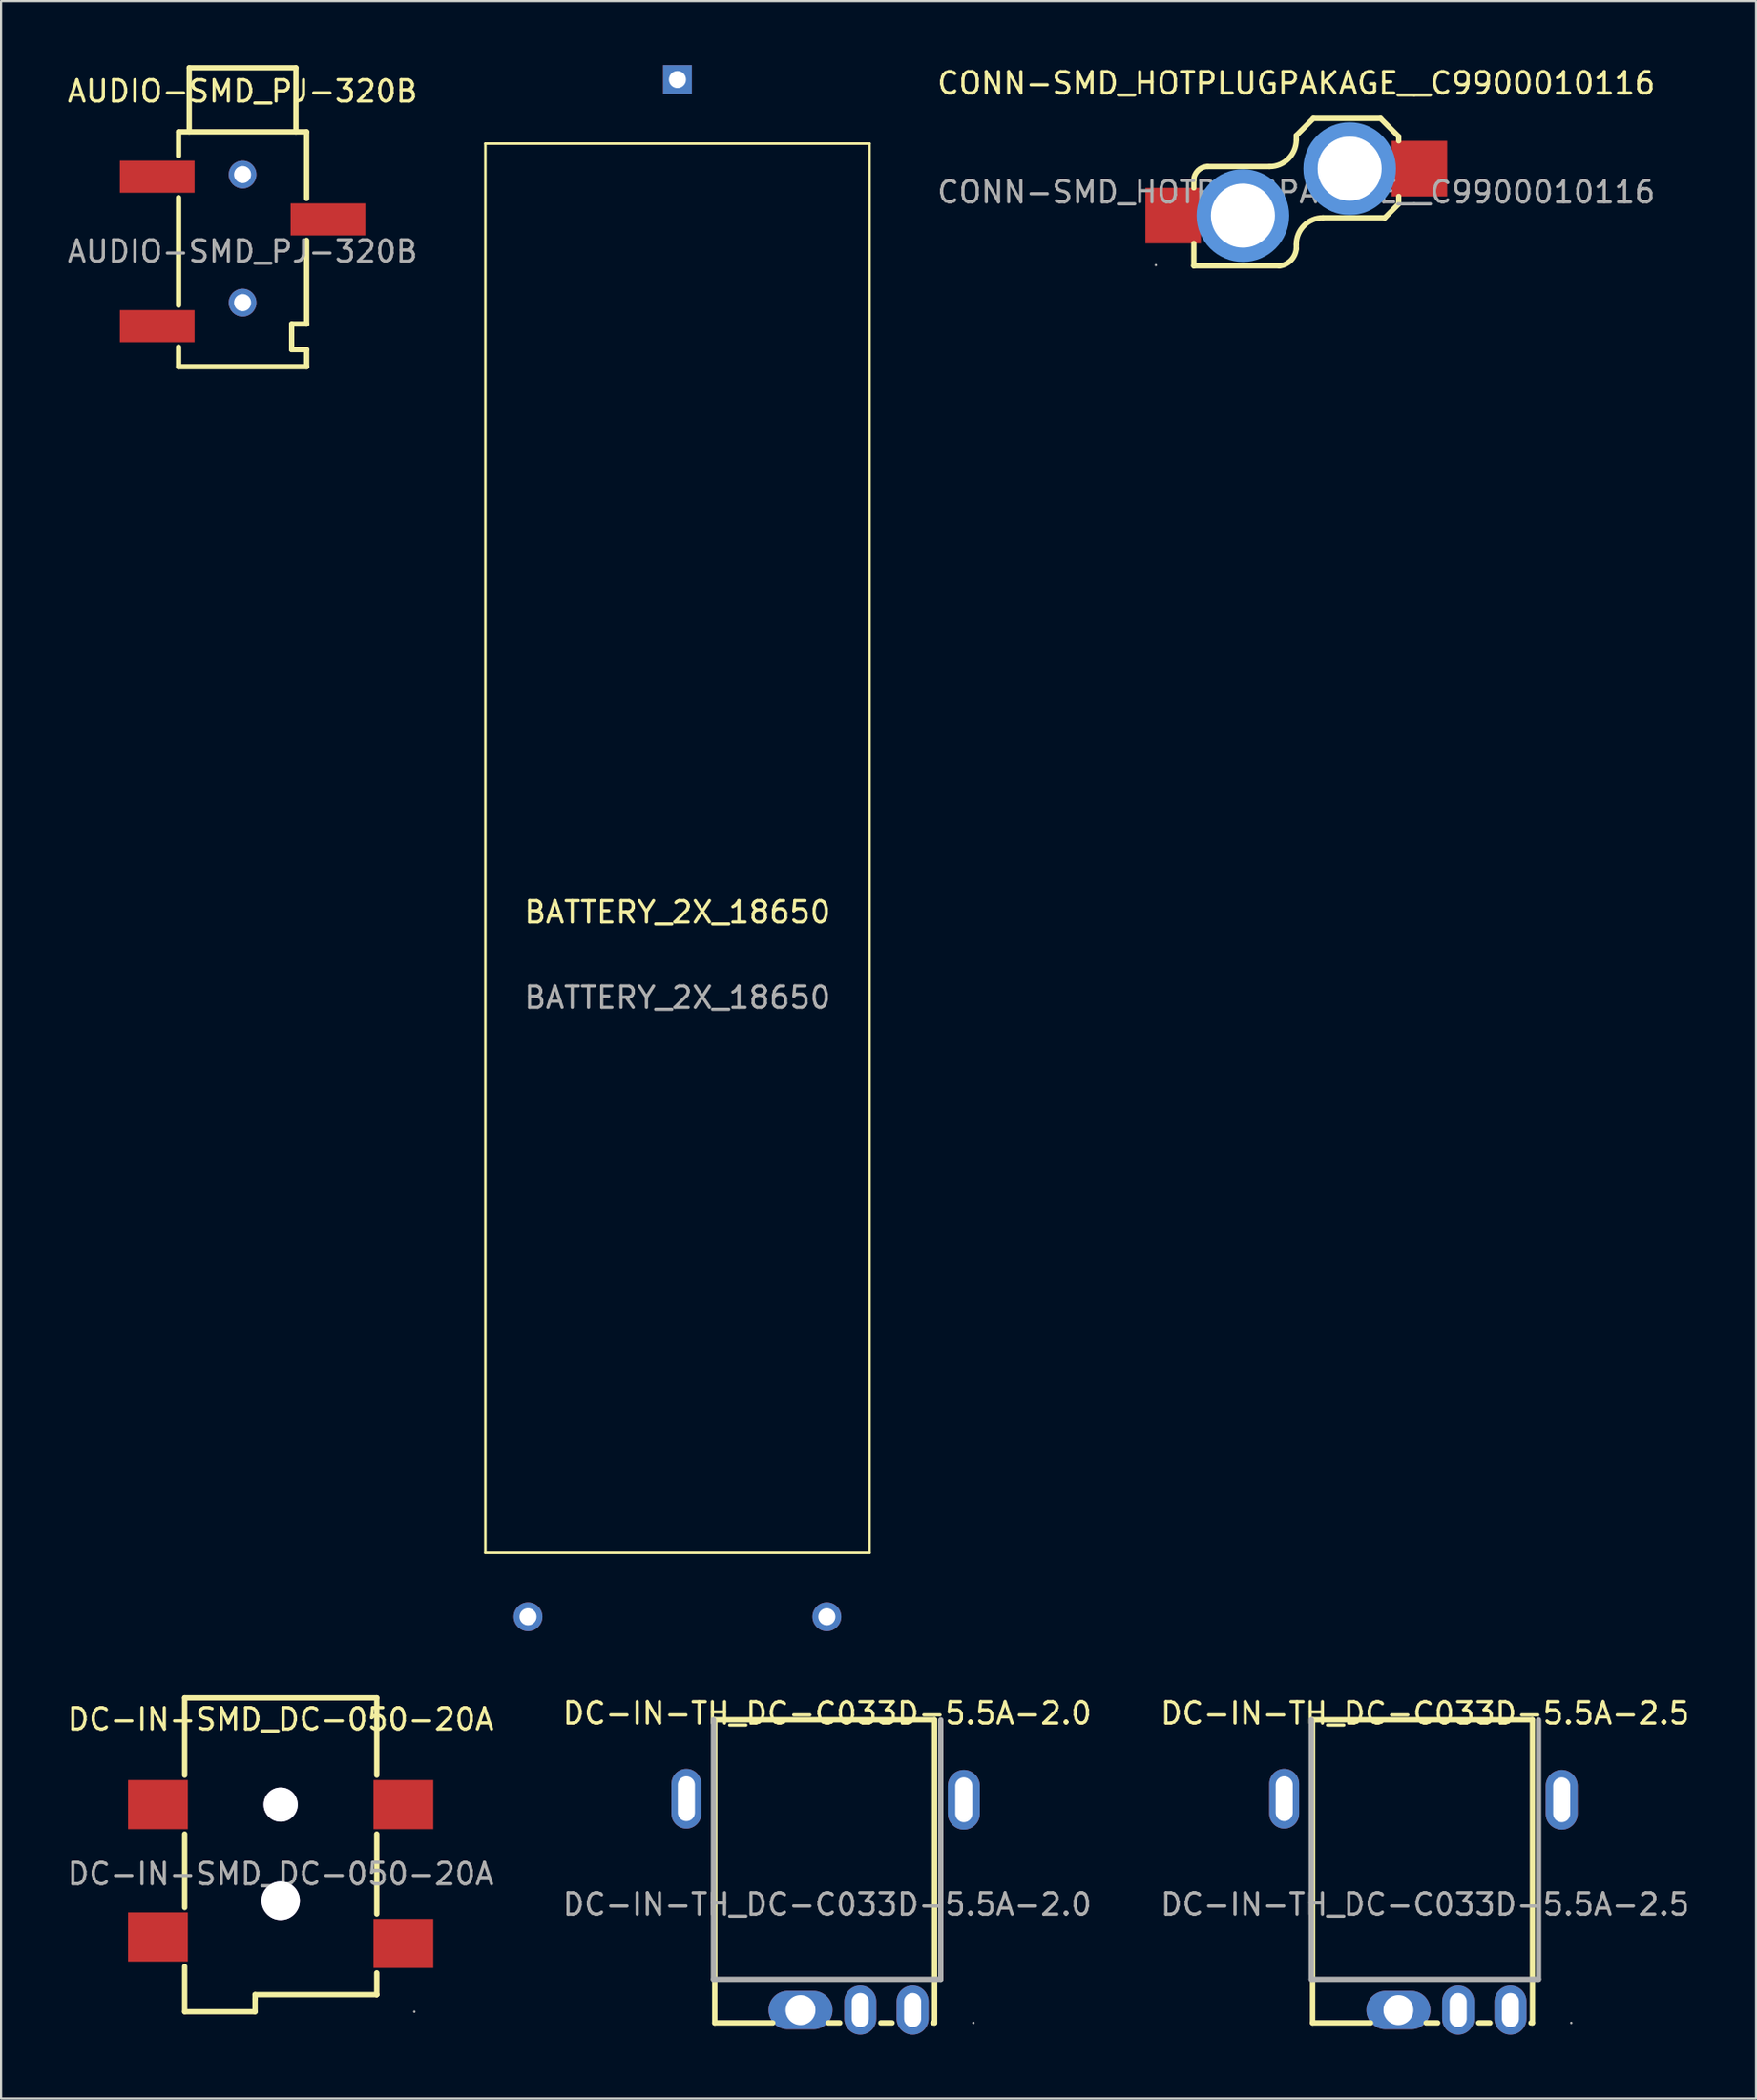
<source format=kicad_pcb>
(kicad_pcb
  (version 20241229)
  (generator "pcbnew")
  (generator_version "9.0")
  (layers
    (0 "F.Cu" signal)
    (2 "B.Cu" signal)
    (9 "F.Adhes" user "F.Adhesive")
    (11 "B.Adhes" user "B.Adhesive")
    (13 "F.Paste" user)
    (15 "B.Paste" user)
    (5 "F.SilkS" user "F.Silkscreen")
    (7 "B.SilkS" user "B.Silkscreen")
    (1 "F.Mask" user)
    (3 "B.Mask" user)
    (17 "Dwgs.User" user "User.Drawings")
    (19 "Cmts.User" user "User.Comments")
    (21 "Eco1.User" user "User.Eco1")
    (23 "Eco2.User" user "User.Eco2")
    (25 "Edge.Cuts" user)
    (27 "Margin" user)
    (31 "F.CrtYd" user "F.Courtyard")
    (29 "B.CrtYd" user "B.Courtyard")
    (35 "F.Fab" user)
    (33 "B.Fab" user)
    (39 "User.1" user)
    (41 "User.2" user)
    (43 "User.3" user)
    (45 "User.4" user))
  (footprint "DC-IN-TH_DC-C033D-5.5A-2.0"
    (layer "F.Cu")
    (at 35.708 86.148)
    (property "Reference" "DC-IN-TH_DC-C033D-5.5A-2.0" (at 0 -8.95 0) (layer "F.SilkS") (effects (font (size 1 1) (thickness 0.15))))
    (attr through_hole)
    (fp_line (start -5.27 -8.65) (end 5.02 -8.65) (stroke (width 0.25) (type solid)) (layer "F.SilkS"))
    (fp_line (start -5.27 5.55) (end -5.27 -8.65) (stroke (width 0.25) (type solid)) (layer "F.SilkS"))
    (fp_line (start -2.55 5.55) (end -5.27 5.55) (stroke (width 0.25) (type solid)) (layer "F.SilkS"))
    (fp_line (start 0.59 5.55) (end 0.05 5.55) (stroke (width 0.25) (type solid)) (layer "F.SilkS"))
    (fp_line (start 3.04 5.55) (end 2.51 5.55) (stroke (width 0.25) (type solid)) (layer "F.SilkS"))
    (fp_line (start 5.03 -8.65) (end 5.03 5.55) (stroke (width 0.25) (type solid)) (layer "F.SilkS"))
    (fp_line (start 5.03 5.55) (end 4.96 5.55) (stroke (width 0.25) (type solid)) (layer "F.SilkS"))
    (fp_line (start -5.33 3.51) (end -5.33 -8.65) (stroke (width 0.25) (type solid)) (layer "F.Fab"))
    (fp_line (start -5.33 3.51) (end 5.32 3.51) (stroke (width 0.25) (type solid)) (layer "F.Fab"))
    (fp_line (start 5.32 3.51) (end 5.32 -8.64) (stroke (width 0.25) (type solid)) (layer "F.Fab"))
    (fp_circle (center -1.25 4.95) (end -1 4.95) (stroke (width 0.5) (type solid)) (fill no) (layer "F.Fab"))
    (fp_circle (center 6.85 5.55) (end 6.88 5.55) (stroke (width 0.06) (type solid)) (fill no) (layer "F.Fab"))
    (fp_text user "${REFERENCE}" (at 0 0 0) (layer "F.Fab") (effects (font (size 1 1) (thickness 0.15))))
    (pad "2" thru_hole oval (at 4 4.95) (size 1.5 2.3) (drill oval 0.8 1.6) (layers "*.Cu" "*.Paste" "*.Mask"))
    (pad "3" thru_hole oval (at 1.55 4.95) (size 1.5 2.3) (drill oval 0.8 1.6) (layers "*.Cu" "*.Paste" "*.Mask"))
    (pad "4" thru_hole oval (at -1.25 4.95) (size 3 1.8) (drill 1.4) (layers "*.Cu" "*.Paste" "*.Mask"))
    (pad "5" thru_hole oval (at -6.6 -4.95) (size 1.4 2.8) (drill oval 0.8 2.1) (layers "*.Cu" "*.Paste" "*.Mask"))
    (pad "5" thru_hole oval (at 6.4 -4.9) (size 1.5 2.8) (drill oval 0.8 2.1) (layers "*.Cu" "*.Paste" "*.Mask")))
  (footprint "AUDIO-SMD_PJ-320B"
    (layer "F.Cu")
    (at 8.315 8.725)
    (property "Reference" "AUDIO-SMD_PJ-320B" (at 0 -7.5 0) (layer "F.SilkS") (effects (font (size 1 1) (thickness 0.15))))
    (attr through_hole)
    (fp_line (start -3 -5.6) (end -3 -4.48) (stroke (width 0.25) (type solid)) (layer "F.SilkS"))
    (fp_line (start -3 -5.6) (end 3 -5.6) (stroke (width 0.25) (type solid)) (layer "F.SilkS"))
    (fp_line (start -3 -2.52) (end -3 2.52) (stroke (width 0.25) (type solid)) (layer "F.SilkS"))
    (fp_line (start -3 4.48) (end -3 5.4) (stroke (width 0.25) (type solid)) (layer "F.SilkS"))
    (fp_line (start -2.5 -8.6) (end 2.5 -8.6) (stroke (width 0.25) (type solid)) (layer "F.SilkS"))
    (fp_line (start -2.5 -5.6) (end -2.5 -8.6) (stroke (width 0.25) (type solid)) (layer "F.SilkS"))
    (fp_line (start 2.3 3.4) (end 2.3 4.6) (stroke (width 0.25) (type solid)) (layer "F.SilkS"))
    (fp_line (start 2.3 4.6) (end 3 4.6) (stroke (width 0.25) (type solid)) (layer "F.SilkS"))
    (fp_line (start 2.5 -5.6) (end 2.5 -8.6) (stroke (width 0.25) (type solid)) (layer "F.SilkS"))
    (fp_line (start 3 -5.6) (end 3 -2.48) (stroke (width 0.25) (type solid)) (layer "F.SilkS"))
    (fp_line (start 3 -0.52) (end 3 3.4) (stroke (width 0.25) (type solid)) (layer "F.SilkS"))
    (fp_line (start 3 3.4) (end 2.3 3.4) (stroke (width 0.25) (type solid)) (layer "F.SilkS"))
    (fp_line (start 3 4.6) (end 3 5.4) (stroke (width 0.25) (type solid)) (layer "F.SilkS"))
    (fp_line (start 3 5.4) (end -3 5.4) (stroke (width 0.25) (type solid)) (layer "F.SilkS"))
    (fp_text user "${REFERENCE}" (at 0 0 0) (layer "F.Fab") (effects (font (size 1 1) (thickness 0.15))))
    (pad "" thru_hole circle (at 0 -3.6) (size 1.3 1.3) (drill 0.8) (layers "*.Cu" "*.Mask"))
    (pad "" thru_hole circle (at 0 2.4) (size 1.3 1.3) (drill 0.8) (layers "*.Cu" "*.Mask"))
    (pad "1" smd rect (at -4 -3.5) (size 3.5 1.5) (layers "F.Cu" "F.Mask" "F.Paste"))
    (pad "2" smd rect (at 4 -1.5) (size 3.5 1.5) (layers "F.Cu" "F.Mask" "F.Paste"))
    (pad "3" smd rect (at -4 3.5) (size 3.5 1.5) (layers "F.Cu" "F.Mask" "F.Paste")))
  (footprint "DC-IN-SMD_DC-050-20A"
    (layer "F.Cu")
    (at 10.101 84.725)
    (property "Reference" "DC-IN-SMD_DC-050-20A" (at 0 -7.25 0) (layer "F.SilkS") (effects (font (size 1 1) (thickness 0.15))))
    (attr through_hole)
    (fp_line (start -4.5 -8.25) (end -4.5 -4.63) (stroke (width 0.25) (type solid)) (layer "F.SilkS"))
    (fp_line (start -4.5 -1.87) (end -4.5 1.57) (stroke (width 0.25) (type solid)) (layer "F.SilkS"))
    (fp_line (start -4.5 4.33) (end -4.5 6.45) (stroke (width 0.25) (type solid)) (layer "F.SilkS"))
    (fp_line (start -4.5 6.45) (end -1.2 6.45) (stroke (width 0.25) (type solid)) (layer "F.SilkS"))
    (fp_line (start -1.2 5.65) (end 4.5 5.65) (stroke (width 0.25) (type solid)) (layer "F.SilkS"))
    (fp_line (start -1.2 5.85) (end -1.2 5.65) (stroke (width 0.25) (type solid)) (layer "F.SilkS"))
    (fp_line (start -1.2 6.45) (end -1.2 5.85) (stroke (width 0.25) (type solid)) (layer "F.SilkS"))
    (fp_line (start 4.5 -8.25) (end -4.5 -8.25) (stroke (width 0.25) (type solid)) (layer "F.SilkS"))
    (fp_line (start 4.5 -8.25) (end 4.5 -4.63) (stroke (width 0.25) (type solid)) (layer "F.SilkS"))
    (fp_line (start 4.5 -1.87) (end 4.5 1.87) (stroke (width 0.25) (type solid)) (layer "F.SilkS"))
    (fp_line (start 4.5 4.63) (end 4.5 5.65) (stroke (width 0.25) (type solid)) (layer "F.SilkS"))
    (fp_line (start 4.5 5.65) (end 4.5 5.65) (stroke (width 0.25) (type solid)) (layer "F.SilkS"))
    (fp_circle (center 6.26 6.45) (end 6.29 6.45) (stroke (width 0.06) (type solid)) (fill no) (layer "F.Fab"))
    (fp_text user "${REFERENCE}" (at 0 0 0) (layer "F.Fab") (effects (font (size 1 1) (thickness 0.15))))
    (pad "" thru_hole circle (at 0 -3.25) (size 1.6 1.6) (drill 1.6) (layers "*.Cu" "*.Mask"))
    (pad "" thru_hole circle (at 0 1.25) (size 1.8 1.8) (drill 1.8) (layers "*.Cu" "*.Mask"))
    (pad "1" smd rect (at 5.75 -3.25 270) (size 2.3 2.8) (layers "F.Cu" "F.Mask" "F.Paste"))
    (pad "1" smd rect (at 5.75 3.25 270) (size 2.3 2.8) (layers "F.Cu" "F.Mask" "F.Paste"))
    (pad "2" smd rect (at -5.75 -3.25 270) (size 2.3 2.8) (layers "F.Cu" "F.Mask" "F.Paste"))
    (pad "3" smd rect (at -5.75 2.95 270) (size 2.3 2.8) (layers "F.Cu" "F.Mask" "F.Paste")))
  (footprint "CONN-SMD_HOTPLUGPAKAGE__C9900010116"
    (layer "F.Cu")
    (at 57.685 5.948)
    (property "Reference" "CONN-SMD_HOTPLUGPAKAGE__C9900010116" (at 0 -5.1 0) (layer "F.SilkS") (effects (font (size 1 1) (thickness 0.15))))
    (attr smd)
    (fp_line (start -4.8 -0.55) (end -4.8 -0.2) (stroke (width 0.25) (type solid)) (layer "F.SilkS"))
    (fp_line (start -4.8 2.4) (end -4.8 3.45) (stroke (width 0.25) (type solid)) (layer "F.SilkS"))
    (fp_line (start -4.8 3.45) (end -4.8 3.45) (stroke (width 0.25) (type solid)) (layer "F.SilkS"))
    (fp_line (start -4.8 3.45) (end -0.8 3.45) (stroke (width 0.25) (type solid)) (layer "F.SilkS"))
    (fp_line (start -1.25 -1.2) (end -4.15 -1.2) (stroke (width 0.25) (type solid)) (layer "F.SilkS"))
    (fp_line (start 0 -2.65) (end 0 -2.45) (stroke (width 0.25) (type solid)) (layer "F.SilkS"))
    (fp_line (start 0 2.65) (end 0 2.45) (stroke (width 0.25) (type solid)) (layer "F.SilkS"))
    (fp_line (start 0.8 -3.45) (end 0 -2.65) (stroke (width 0.25) (type solid)) (layer "F.SilkS"))
    (fp_line (start 1.25 1.2) (end 4.15 1.2) (stroke (width 0.25) (type solid)) (layer "F.SilkS"))
    (fp_line (start 3.95 -3.45) (end 0.8 -3.45) (stroke (width 0.25) (type solid)) (layer "F.SilkS"))
    (fp_line (start 4.15 1.2) (end 4.15 1.2) (stroke (width 0.25) (type solid)) (layer "F.SilkS"))
    (fp_line (start 4.8 -2.6) (end 3.95 -3.45) (stroke (width 0.25) (type solid)) (layer "F.SilkS"))
    (fp_line (start 4.8 -2.4) (end 4.8 -2.6) (stroke (width 0.25) (type solid)) (layer "F.SilkS"))
    (fp_line (start 4.8 0.55) (end 4.15 1.2) (stroke (width 0.25) (type solid)) (layer "F.SilkS"))
    (fp_line (start 4.8 0.55) (end 4.8 0.2) (stroke (width 0.25) (type solid)) (layer "F.SilkS"))
    (fp_arc (start -4.8 -0.55) (mid -4.609619 -1.009619) (end -4.15 -1.2) (stroke (width 0.25) (type solid)) (layer "F.SilkS"))
    (fp_arc (start 0 -2.45) (mid -0.366117 -1.566117) (end -1.25 -1.2) (stroke (width 0.25) (type solid)) (layer "F.SilkS"))
    (fp_arc (start 0 2.45) (mid 0.366117 1.566117) (end 1.25 1.2) (stroke (width 0.25) (type solid)) (layer "F.SilkS"))
    (fp_arc (start 0 2.65) (mid -0.253757 3.197451) (end -0.797624 3.458801) (stroke (width 0.25) (type solid)) (layer "F.SilkS"))
    (fp_circle (center -2.5 1.1) (end -1.78 1.1) (stroke (width 1.45) (type solid)) (fill no) (layer "Cmts.User"))
    (fp_circle (center 2.5 -1.1) (end 3.22 -1.1) (stroke (width 1.45) (type solid)) (fill no) (layer "Cmts.User"))
    (fp_circle (center -6.58 3.42) (end -6.55 3.42) (stroke (width 0.06) (type solid)) (fill no) (layer "F.Fab"))
    (fp_text user "${REFERENCE}" (at 0 0 0) (layer "F.Fab") (effects (font (size 1 1) (thickness 0.15))))
    (pad "" thru_hole circle (at -2.5 1.1) (size 3 3) (drill 3) (layers "*.Cu" "*.Mask"))
    (pad "" thru_hole circle (at 2.5 -1.1) (size 3 3) (drill 3) (layers "*.Cu" "*.Mask"))
    (pad "1" smd rect (at -5.77 1.1) (size 2.6 2.6) (layers "F.Cu" "F.Mask" "F.Paste"))
    (pad "2" smd rect (at 5.77 -1.1) (size 2.6 2.6) (layers "F.Cu" "F.Mask" "F.Paste")))
  (footprint "DC-IN-TH_DC-C033D-5.5A-2.5"
    (layer "F.Cu")
    (at 63.72 86.148)
    (property "Reference" "DC-IN-TH_DC-C033D-5.5A-2.5" (at 0 -8.95 0) (layer "F.SilkS") (effects (font (size 1 1) (thickness 0.15))))
    (attr through_hole)
    (fp_line (start -5.27 -8.65) (end 5.02 -8.65) (stroke (width 0.25) (type solid)) (layer "F.SilkS"))
    (fp_line (start -5.27 5.55) (end -5.27 -8.65) (stroke (width 0.25) (type solid)) (layer "F.SilkS"))
    (fp_line (start -2.55 5.55) (end -5.27 5.55) (stroke (width 0.25) (type solid)) (layer "F.SilkS"))
    (fp_line (start 0.59 5.55) (end 0.05 5.55) (stroke (width 0.25) (type solid)) (layer "F.SilkS"))
    (fp_line (start 3.04 5.55) (end 2.51 5.55) (stroke (width 0.25) (type solid)) (layer "F.SilkS"))
    (fp_line (start 5.03 -8.65) (end 5.03 5.55) (stroke (width 0.25) (type solid)) (layer "F.SilkS"))
    (fp_line (start 5.03 5.55) (end 4.96 5.55) (stroke (width 0.25) (type solid)) (layer "F.SilkS"))
    (fp_line (start -5.33 3.51) (end -5.33 -8.65) (stroke (width 0.25) (type solid)) (layer "F.Fab"))
    (fp_line (start -5.33 3.51) (end 5.32 3.51) (stroke (width 0.25) (type solid)) (layer "F.Fab"))
    (fp_line (start 5.32 3.51) (end 5.32 -8.64) (stroke (width 0.25) (type solid)) (layer "F.Fab"))
    (fp_circle (center -1.25 4.95) (end -1 4.95) (stroke (width 0.5) (type solid)) (fill no) (layer "F.Fab"))
    (fp_circle (center 6.85 5.55) (end 6.88 5.55) (stroke (width 0.06) (type solid)) (fill no) (layer "F.Fab"))
    (fp_text user "${REFERENCE}" (at 0 0 0) (layer "F.Fab") (effects (font (size 1 1) (thickness 0.15))))
    (pad "2" thru_hole oval (at 4 4.95) (size 1.5 2.3) (drill oval 0.8 1.6) (layers "*.Cu" "*.Paste" "*.Mask"))
    (pad "3" thru_hole oval (at 1.55 4.95) (size 1.5 2.3) (drill oval 0.8 1.6) (layers "*.Cu" "*.Paste" "*.Mask"))
    (pad "4" thru_hole oval (at -1.25 4.95) (size 3 1.8) (drill 1.4) (layers "*.Cu" "*.Paste" "*.Mask"))
    (pad "5" thru_hole oval (at -6.6 -4.95) (size 1.4 2.8) (drill oval 0.8 2.1) (layers "*.Cu" "*.Paste" "*.Mask"))
    (pad "5" thru_hole oval (at 6.4 -4.9) (size 1.5 2.8) (drill oval 0.8 2.1) (layers "*.Cu" "*.Paste" "*.Mask")))
  (footprint "BATTERY_2X_18650"
    (layer "F.Cu")
    (at 28.691 36.675)
    (property "Reference" "BATTERY_2X_18650" (at 0 3 0) (layer "F.SilkS") (effects (font (size 1 1) (thickness 0.15))))
    (attr through_hole)
    (fp_line (start -9 -33) (end 9 -33) (stroke (width 0.12) (type solid)) (layer "F.SilkS"))
    (fp_line (start -9 33) (end -9 -33) (stroke (width 0.12) (type solid)) (layer "F.SilkS"))
    (fp_line (start -9 33) (end 9 33) (stroke (width 0.12) (type solid)) (layer "F.SilkS"))
    (fp_line (start 9 -33) (end 9 33) (stroke (width 0.12) (type solid)) (layer "F.SilkS"))
    (fp_text user "${REFERENCE}" (at 0 7 180) (layer "F.Fab") (effects (font (size 1 1) (thickness 0.15))))
    (pad "1" thru_hole rect (at 0 -36) (size 1.35 1.35) (drill 0.8) (layers "*.Cu" "*.Mask"))
    (pad "2" thru_hole oval (at -7 36) (size 1.35 1.35) (drill 0.8) (layers "*.Cu" "*.Mask"))
    (pad "3" thru_hole oval (at 7 36) (size 1.35 1.35) (drill 0.8) (layers "*.Cu" "*.Mask")))
  (gr_rect
    (start -3 -3)
    (end 79.226 95.248)
    (stroke (width 0.1) (type default))
    (fill no)
    (layer "Edge.Cuts")))
</source>
